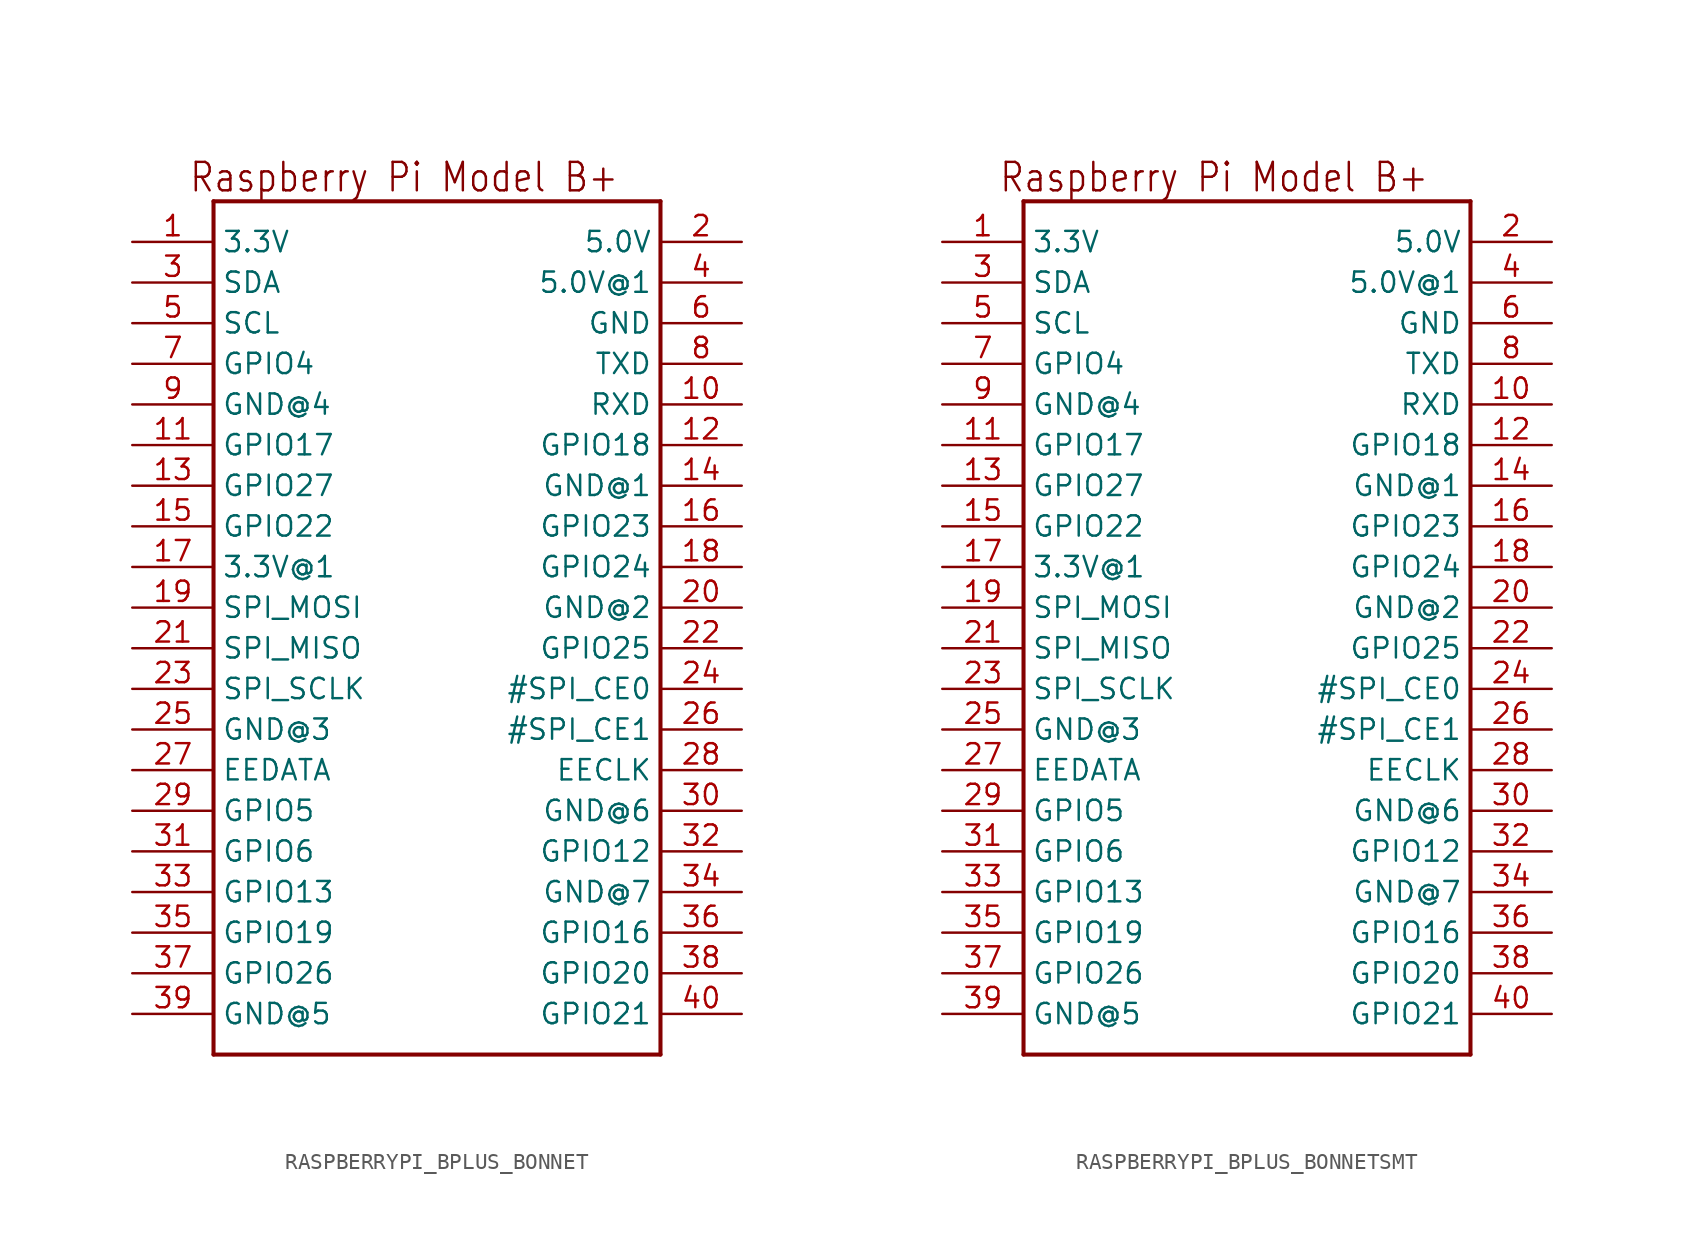
<source format=kicad_sym>
(kicad_symbol_lib
  (version 20231120)
  (generator "kicad_symbol_editor")
  (generator_version "8.0")
  (symbol "RASPBERRYPI_BPLUS_BONNET"
    (property "Reference" "RPI"
      (at 0 0 0)
      (effects (font (size 1.27 1.27)) (hide yes)))
    (property "ki_locked" ""
      (at 0 0 0)
      (effects (font (size 1.27 1.27))))
    (symbol "RASPBERRYPI_BPLUS_BONNET_1_0"
      (polyline (pts (xy -12.7 -30.48) (xy -12.7 22.86)) (stroke (width 0.254) (type solid)) (fill (type none)))
      (polyline (pts (xy -12.7 22.86) (xy 15.24 22.86)) (stroke (width 0.254) (type solid)) (fill (type none)))
      (polyline (pts (xy 15.24 -30.48) (xy -12.7 -30.48)) (stroke (width 0.254) (type solid)) (fill (type none)))
      (polyline (pts (xy 15.24 22.86) (xy 15.24 -30.48)) (stroke (width 0.254) (type solid)) (fill (type none)))
      (text "Raspberry Pi Model B+" (at 12.7 25.4 0) (effects (font (size 1.778 1.511)) (justify right top)))
      (pin power_in line (at -17.78 20.32 0) (length 5.08) (name "3.3V" (effects (font (size 1.27 1.27)))) (number "1" (effects (font (size 1.27 1.27)))))
      (pin bidirectional line (at 20.32 10.16 180) (length 5.08) (name "RXD" (effects (font (size 1.27 1.27)))) (number "10" (effects (font (size 1.27 1.27)))))
      (pin bidirectional line (at -17.78 7.62 0) (length 5.08) (name "GPIO17" (effects (font (size 1.27 1.27)))) (number "11" (effects (font (size 1.27 1.27)))))
      (pin bidirectional line (at 20.32 7.62 180) (length 5.08) (name "GPIO18" (effects (font (size 1.27 1.27)))) (number "12" (effects (font (size 1.27 1.27)))))
      (pin bidirectional line (at -17.78 5.08 0) (length 5.08) (name "GPIO27" (effects (font (size 1.27 1.27)))) (number "13" (effects (font (size 1.27 1.27)))))
      (pin power_in line (at 20.32 5.08 180) (length 5.08) (name "GND@1" (effects (font (size 1.27 1.27)))) (number "14" (effects (font (size 1.27 1.27)))))
      (pin bidirectional line (at -17.78 2.54 0) (length 5.08) (name "GPIO22" (effects (font (size 1.27 1.27)))) (number "15" (effects (font (size 1.27 1.27)))))
      (pin bidirectional line (at 20.32 2.54 180) (length 5.08) (name "GPIO23" (effects (font (size 1.27 1.27)))) (number "16" (effects (font (size 1.27 1.27)))))
      (pin power_in line (at -17.78 0 0) (length 5.08) (name "3.3V@1" (effects (font (size 1.27 1.27)))) (number "17" (effects (font (size 1.27 1.27)))))
      (pin bidirectional line (at 20.32 0 180) (length 5.08) (name "GPIO24" (effects (font (size 1.27 1.27)))) (number "18" (effects (font (size 1.27 1.27)))))
      (pin bidirectional line (at -17.78 -2.54 0) (length 5.08) (name "SPI_MOSI" (effects (font (size 1.27 1.27)))) (number "19" (effects (font (size 1.27 1.27)))))
      (pin power_in line (at 20.32 20.32 180) (length 5.08) (name "5.0V" (effects (font (size 1.27 1.27)))) (number "2" (effects (font (size 1.27 1.27)))))
      (pin power_in line (at 20.32 -2.54 180) (length 5.08) (name "GND@2" (effects (font (size 1.27 1.27)))) (number "20" (effects (font (size 1.27 1.27)))))
      (pin bidirectional line (at -17.78 -5.08 0) (length 5.08) (name "SPI_MISO" (effects (font (size 1.27 1.27)))) (number "21" (effects (font (size 1.27 1.27)))))
      (pin bidirectional line (at 20.32 -5.08 180) (length 5.08) (name "GPIO25" (effects (font (size 1.27 1.27)))) (number "22" (effects (font (size 1.27 1.27)))))
      (pin bidirectional line (at -17.78 -7.62 0) (length 5.08) (name "SPI_SCLK" (effects (font (size 1.27 1.27)))) (number "23" (effects (font (size 1.27 1.27)))))
      (pin bidirectional line (at 20.32 -7.62 180) (length 5.08) (name "#SPI_CE0" (effects (font (size 1.27 1.27)))) (number "24" (effects (font (size 1.27 1.27)))))
      (pin power_in line (at -17.78 -10.16 0) (length 5.08) (name "GND@3" (effects (font (size 1.27 1.27)))) (number "25" (effects (font (size 1.27 1.27)))))
      (pin bidirectional line (at 20.32 -10.16 180) (length 5.08) (name "#SPI_CE1" (effects (font (size 1.27 1.27)))) (number "26" (effects (font (size 1.27 1.27)))))
      (pin bidirectional line (at -17.78 -12.7 0) (length 5.08) (name "EEDATA" (effects (font (size 1.27 1.27)))) (number "27" (effects (font (size 1.27 1.27)))))
      (pin bidirectional line (at 20.32 -12.7 180) (length 5.08) (name "EECLK" (effects (font (size 1.27 1.27)))) (number "28" (effects (font (size 1.27 1.27)))))
      (pin bidirectional line (at -17.78 -15.24 0) (length 5.08) (name "GPIO5" (effects (font (size 1.27 1.27)))) (number "29" (effects (font (size 1.27 1.27)))))
      (pin bidirectional line (at -17.78 17.78 0) (length 5.08) (name "SDA" (effects (font (size 1.27 1.27)))) (number "3" (effects (font (size 1.27 1.27)))))
      (pin power_in line (at 20.32 -15.24 180) (length 5.08) (name "GND@6" (effects (font (size 1.27 1.27)))) (number "30" (effects (font (size 1.27 1.27)))))
      (pin bidirectional line (at -17.78 -17.78 0) (length 5.08) (name "GPIO6" (effects (font (size 1.27 1.27)))) (number "31" (effects (font (size 1.27 1.27)))))
      (pin bidirectional line (at 20.32 -17.78 180) (length 5.08) (name "GPIO12" (effects (font (size 1.27 1.27)))) (number "32" (effects (font (size 1.27 1.27)))))
      (pin bidirectional line (at -17.78 -20.32 0) (length 5.08) (name "GPIO13" (effects (font (size 1.27 1.27)))) (number "33" (effects (font (size 1.27 1.27)))))
      (pin power_in line (at 20.32 -20.32 180) (length 5.08) (name "GND@7" (effects (font (size 1.27 1.27)))) (number "34" (effects (font (size 1.27 1.27)))))
      (pin bidirectional line (at -17.78 -22.86 0) (length 5.08) (name "GPIO19" (effects (font (size 1.27 1.27)))) (number "35" (effects (font (size 1.27 1.27)))))
      (pin bidirectional line (at 20.32 -22.86 180) (length 5.08) (name "GPIO16" (effects (font (size 1.27 1.27)))) (number "36" (effects (font (size 1.27 1.27)))))
      (pin bidirectional line (at -17.78 -25.4 0) (length 5.08) (name "GPIO26" (effects (font (size 1.27 1.27)))) (number "37" (effects (font (size 1.27 1.27)))))
      (pin bidirectional line (at 20.32 -25.4 180) (length 5.08) (name "GPIO20" (effects (font (size 1.27 1.27)))) (number "38" (effects (font (size 1.27 1.27)))))
      (pin power_in line (at -17.78 -27.94 0) (length 5.08) (name "GND@5" (effects (font (size 1.27 1.27)))) (number "39" (effects (font (size 1.27 1.27)))))
      (pin power_in line (at 20.32 17.78 180) (length 5.08) (name "5.0V@1" (effects (font (size 1.27 1.27)))) (number "4" (effects (font (size 1.27 1.27)))))
      (pin bidirectional line (at 20.32 -27.94 180) (length 5.08) (name "GPIO21" (effects (font (size 1.27 1.27)))) (number "40" (effects (font (size 1.27 1.27)))))
      (pin bidirectional line (at -17.78 15.24 0) (length 5.08) (name "SCL" (effects (font (size 1.27 1.27)))) (number "5" (effects (font (size 1.27 1.27)))))
      (pin power_in line (at 20.32 15.24 180) (length 5.08) (name "GND" (effects (font (size 1.27 1.27)))) (number "6" (effects (font (size 1.27 1.27)))))
      (pin bidirectional line (at -17.78 12.7 0) (length 5.08) (name "GPIO4" (effects (font (size 1.27 1.27)))) (number "7" (effects (font (size 1.27 1.27)))))
      (pin bidirectional line (at 20.32 12.7 180) (length 5.08) (name "TXD" (effects (font (size 1.27 1.27)))) (number "8" (effects (font (size 1.27 1.27)))))
      (pin power_in line (at -17.78 10.16 0) (length 5.08) (name "GND@4" (effects (font (size 1.27 1.27)))) (number "9" (effects (font (size 1.27 1.27)))))))
  (symbol "RASPBERRYPI_BPLUS_BONNETSMT"
    (property "Reference" "RPI"
      (at 0 0 0)
      (effects (font (size 1.27 1.27)) (hide yes)))
    (property "ki_locked" ""
      (at 0 0 0)
      (effects (font (size 1.27 1.27))))
    (symbol "RASPBERRYPI_BPLUS_BONNETSMT_1_0"
      (polyline (pts (xy -12.7 -30.48) (xy -12.7 22.86)) (stroke (width 0.254) (type solid)) (fill (type none)))
      (polyline (pts (xy -12.7 22.86) (xy 15.24 22.86)) (stroke (width 0.254) (type solid)) (fill (type none)))
      (polyline (pts (xy 15.24 -30.48) (xy -12.7 -30.48)) (stroke (width 0.254) (type solid)) (fill (type none)))
      (polyline (pts (xy 15.24 22.86) (xy 15.24 -30.48)) (stroke (width 0.254) (type solid)) (fill (type none)))
      (text "Raspberry Pi Model B+" (at 12.7 25.4 0) (effects (font (size 1.778 1.511)) (justify right top)))
      (pin power_in line (at -17.78 20.32 0) (length 5.08) (name "3.3V" (effects (font (size 1.27 1.27)))) (number "1" (effects (font (size 1.27 1.27)))))
      (pin bidirectional line (at 20.32 10.16 180) (length 5.08) (name "RXD" (effects (font (size 1.27 1.27)))) (number "10" (effects (font (size 1.27 1.27)))))
      (pin bidirectional line (at -17.78 7.62 0) (length 5.08) (name "GPIO17" (effects (font (size 1.27 1.27)))) (number "11" (effects (font (size 1.27 1.27)))))
      (pin bidirectional line (at 20.32 7.62 180) (length 5.08) (name "GPIO18" (effects (font (size 1.27 1.27)))) (number "12" (effects (font (size 1.27 1.27)))))
      (pin bidirectional line (at -17.78 5.08 0) (length 5.08) (name "GPIO27" (effects (font (size 1.27 1.27)))) (number "13" (effects (font (size 1.27 1.27)))))
      (pin power_in line (at 20.32 5.08 180) (length 5.08) (name "GND@1" (effects (font (size 1.27 1.27)))) (number "14" (effects (font (size 1.27 1.27)))))
      (pin bidirectional line (at -17.78 2.54 0) (length 5.08) (name "GPIO22" (effects (font (size 1.27 1.27)))) (number "15" (effects (font (size 1.27 1.27)))))
      (pin bidirectional line (at 20.32 2.54 180) (length 5.08) (name "GPIO23" (effects (font (size 1.27 1.27)))) (number "16" (effects (font (size 1.27 1.27)))))
      (pin power_in line (at -17.78 0 0) (length 5.08) (name "3.3V@1" (effects (font (size 1.27 1.27)))) (number "17" (effects (font (size 1.27 1.27)))))
      (pin bidirectional line (at 20.32 0 180) (length 5.08) (name "GPIO24" (effects (font (size 1.27 1.27)))) (number "18" (effects (font (size 1.27 1.27)))))
      (pin bidirectional line (at -17.78 -2.54 0) (length 5.08) (name "SPI_MOSI" (effects (font (size 1.27 1.27)))) (number "19" (effects (font (size 1.27 1.27)))))
      (pin power_in line (at 20.32 20.32 180) (length 5.08) (name "5.0V" (effects (font (size 1.27 1.27)))) (number "2" (effects (font (size 1.27 1.27)))))
      (pin power_in line (at 20.32 -2.54 180) (length 5.08) (name "GND@2" (effects (font (size 1.27 1.27)))) (number "20" (effects (font (size 1.27 1.27)))))
      (pin bidirectional line (at -17.78 -5.08 0) (length 5.08) (name "SPI_MISO" (effects (font (size 1.27 1.27)))) (number "21" (effects (font (size 1.27 1.27)))))
      (pin bidirectional line (at 20.32 -5.08 180) (length 5.08) (name "GPIO25" (effects (font (size 1.27 1.27)))) (number "22" (effects (font (size 1.27 1.27)))))
      (pin bidirectional line (at -17.78 -7.62 0) (length 5.08) (name "SPI_SCLK" (effects (font (size 1.27 1.27)))) (number "23" (effects (font (size 1.27 1.27)))))
      (pin bidirectional line (at 20.32 -7.62 180) (length 5.08) (name "#SPI_CE0" (effects (font (size 1.27 1.27)))) (number "24" (effects (font (size 1.27 1.27)))))
      (pin power_in line (at -17.78 -10.16 0) (length 5.08) (name "GND@3" (effects (font (size 1.27 1.27)))) (number "25" (effects (font (size 1.27 1.27)))))
      (pin bidirectional line (at 20.32 -10.16 180) (length 5.08) (name "#SPI_CE1" (effects (font (size 1.27 1.27)))) (number "26" (effects (font (size 1.27 1.27)))))
      (pin bidirectional line (at -17.78 -12.7 0) (length 5.08) (name "EEDATA" (effects (font (size 1.27 1.27)))) (number "27" (effects (font (size 1.27 1.27)))))
      (pin bidirectional line (at 20.32 -12.7 180) (length 5.08) (name "EECLK" (effects (font (size 1.27 1.27)))) (number "28" (effects (font (size 1.27 1.27)))))
      (pin bidirectional line (at -17.78 -15.24 0) (length 5.08) (name "GPIO5" (effects (font (size 1.27 1.27)))) (number "29" (effects (font (size 1.27 1.27)))))
      (pin bidirectional line (at -17.78 17.78 0) (length 5.08) (name "SDA" (effects (font (size 1.27 1.27)))) (number "3" (effects (font (size 1.27 1.27)))))
      (pin power_in line (at 20.32 -15.24 180) (length 5.08) (name "GND@6" (effects (font (size 1.27 1.27)))) (number "30" (effects (font (size 1.27 1.27)))))
      (pin bidirectional line (at -17.78 -17.78 0) (length 5.08) (name "GPIO6" (effects (font (size 1.27 1.27)))) (number "31" (effects (font (size 1.27 1.27)))))
      (pin bidirectional line (at 20.32 -17.78 180) (length 5.08) (name "GPIO12" (effects (font (size 1.27 1.27)))) (number "32" (effects (font (size 1.27 1.27)))))
      (pin bidirectional line (at -17.78 -20.32 0) (length 5.08) (name "GPIO13" (effects (font (size 1.27 1.27)))) (number "33" (effects (font (size 1.27 1.27)))))
      (pin power_in line (at 20.32 -20.32 180) (length 5.08) (name "GND@7" (effects (font (size 1.27 1.27)))) (number "34" (effects (font (size 1.27 1.27)))))
      (pin bidirectional line (at -17.78 -22.86 0) (length 5.08) (name "GPIO19" (effects (font (size 1.27 1.27)))) (number "35" (effects (font (size 1.27 1.27)))))
      (pin bidirectional line (at 20.32 -22.86 180) (length 5.08) (name "GPIO16" (effects (font (size 1.27 1.27)))) (number "36" (effects (font (size 1.27 1.27)))))
      (pin bidirectional line (at -17.78 -25.4 0) (length 5.08) (name "GPIO26" (effects (font (size 1.27 1.27)))) (number "37" (effects (font (size 1.27 1.27)))))
      (pin bidirectional line (at 20.32 -25.4 180) (length 5.08) (name "GPIO20" (effects (font (size 1.27 1.27)))) (number "38" (effects (font (size 1.27 1.27)))))
      (pin power_in line (at -17.78 -27.94 0) (length 5.08) (name "GND@5" (effects (font (size 1.27 1.27)))) (number "39" (effects (font (size 1.27 1.27)))))
      (pin power_in line (at 20.32 17.78 180) (length 5.08) (name "5.0V@1" (effects (font (size 1.27 1.27)))) (number "4" (effects (font (size 1.27 1.27)))))
      (pin bidirectional line (at 20.32 -27.94 180) (length 5.08) (name "GPIO21" (effects (font (size 1.27 1.27)))) (number "40" (effects (font (size 1.27 1.27)))))
      (pin bidirectional line (at -17.78 15.24 0) (length 5.08) (name "SCL" (effects (font (size 1.27 1.27)))) (number "5" (effects (font (size 1.27 1.27)))))
      (pin power_in line (at 20.32 15.24 180) (length 5.08) (name "GND" (effects (font (size 1.27 1.27)))) (number "6" (effects (font (size 1.27 1.27)))))
      (pin bidirectional line (at -17.78 12.7 0) (length 5.08) (name "GPIO4" (effects (font (size 1.27 1.27)))) (number "7" (effects (font (size 1.27 1.27)))))
      (pin bidirectional line (at 20.32 12.7 180) (length 5.08) (name "TXD" (effects (font (size 1.27 1.27)))) (number "8" (effects (font (size 1.27 1.27)))))
      (pin power_in line (at -17.78 10.16 0) (length 5.08) (name "GND@4" (effects (font (size 1.27 1.27)))) (number "9" (effects (font (size 1.27 1.27))))))))
</source>
